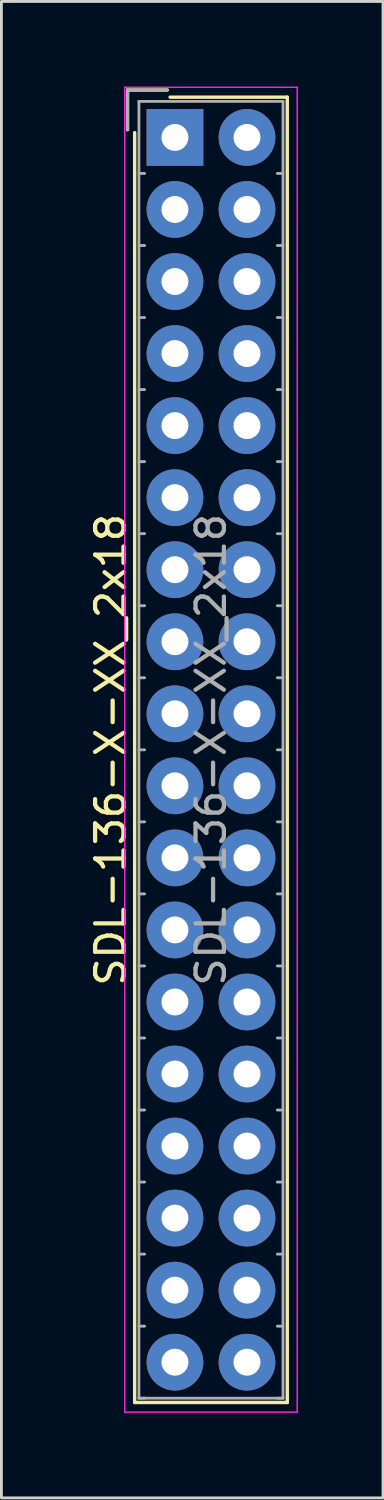
<source format=kicad_pcb>
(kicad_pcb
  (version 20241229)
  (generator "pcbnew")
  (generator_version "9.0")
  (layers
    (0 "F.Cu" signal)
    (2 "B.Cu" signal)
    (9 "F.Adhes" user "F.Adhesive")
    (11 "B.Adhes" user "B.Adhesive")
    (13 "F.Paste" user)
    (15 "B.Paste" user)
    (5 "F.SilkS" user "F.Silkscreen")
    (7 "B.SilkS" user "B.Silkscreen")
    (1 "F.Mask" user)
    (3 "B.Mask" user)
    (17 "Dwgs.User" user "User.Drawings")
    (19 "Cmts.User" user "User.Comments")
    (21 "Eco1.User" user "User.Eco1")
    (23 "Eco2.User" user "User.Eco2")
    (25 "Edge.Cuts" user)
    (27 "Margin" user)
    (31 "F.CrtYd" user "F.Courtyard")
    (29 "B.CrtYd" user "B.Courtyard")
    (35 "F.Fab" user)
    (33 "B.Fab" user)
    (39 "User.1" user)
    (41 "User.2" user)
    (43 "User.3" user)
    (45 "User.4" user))
  (footprint "SDL-136-X-XX_2x18"
    (layer "F.Cu")
    (at 3.118 1.795)
    (property "Reference" "SDL-136-X-XX_2x18" (at -2.27 21.59 90) (layer "F.SilkS") (effects (font (size 1 1) (thickness 0.15))))
    (attr through_hole)
    (fp_line (start -1.67 -1.67) (end -1.67 -0.27) (stroke (width 0.12) (type solid)) (layer "F.SilkS"))
    (fp_line (start -1.42 44.6) (end -1.42 -0.17) (stroke (width 0.12) (type solid)) (layer "F.SilkS"))
    (fp_line (start -0.27 -1.67) (end -1.67 -1.67) (stroke (width 0.12) (type solid)) (layer "F.SilkS"))
    (fp_line (start -0.17 -1.42) (end 3.96 -1.42) (stroke (width 0.12) (type solid)) (layer "F.SilkS"))
    (fp_line (start 3.96 -1.42) (end 3.96 44.6) (stroke (width 0.12) (type solid)) (layer "F.SilkS"))
    (fp_line (start 3.96 44.6) (end -1.42 44.6) (stroke (width 0.12) (type solid)) (layer "F.SilkS"))
    (fp_line (start -1.77 -1.77) (end -1.77 44.94) (stroke (width 0.05) (type solid)) (layer "F.CrtYd"))
    (fp_line (start -1.77 44.94) (end 4.31 44.94) (stroke (width 0.05) (type solid)) (layer "F.CrtYd"))
    (fp_line (start 4.31 -1.77) (end -1.77 -1.77) (stroke (width 0.05) (type solid)) (layer "F.CrtYd"))
    (fp_line (start 4.31 44.94) (end 4.31 -1.77) (stroke (width 0.05) (type solid)) (layer "F.CrtYd"))
    (fp_line (start -1.67 -1.67) (end -1.67 -0.27) (stroke (width 0.1) (type solid)) (layer "F.Fab"))
    (fp_line (start -1.27 -1.27) (end -1.27 44.45) (stroke (width 0.1) (type solid)) (layer "F.Fab"))
    (fp_line (start -1.27 1.27) (end -1.07 1.27) (stroke (width 0.1) (type solid)) (layer "F.Fab"))
    (fp_line (start -1.27 3.81) (end -1.07 3.81) (stroke (width 0.1) (type solid)) (layer "F.Fab"))
    (fp_line (start -1.27 6.35) (end -1.07 6.35) (stroke (width 0.1) (type solid)) (layer "F.Fab"))
    (fp_line (start -1.27 8.89) (end -1.07 8.89) (stroke (width 0.1) (type solid)) (layer "F.Fab"))
    (fp_line (start -1.27 11.43) (end -1.07 11.43) (stroke (width 0.1) (type solid)) (layer "F.Fab"))
    (fp_line (start -1.27 13.97) (end -1.07 13.97) (stroke (width 0.1) (type solid)) (layer "F.Fab"))
    (fp_line (start -1.27 16.51) (end -1.07 16.51) (stroke (width 0.1) (type solid)) (layer "F.Fab"))
    (fp_line (start -1.27 19.05) (end -1.07 19.05) (stroke (width 0.1) (type solid)) (layer "F.Fab"))
    (fp_line (start -1.27 21.59) (end -1.07 21.59) (stroke (width 0.1) (type solid)) (layer "F.Fab"))
    (fp_line (start -1.27 24.13) (end -1.07 24.13) (stroke (width 0.1) (type solid)) (layer "F.Fab"))
    (fp_line (start -1.27 26.67) (end -1.07 26.67) (stroke (width 0.1) (type solid)) (layer "F.Fab"))
    (fp_line (start -1.27 29.21) (end -1.07 29.21) (stroke (width 0.1) (type solid)) (layer "F.Fab"))
    (fp_line (start -1.27 31.75) (end -1.07 31.75) (stroke (width 0.1) (type solid)) (layer "F.Fab"))
    (fp_line (start -1.27 34.29) (end -1.07 34.29) (stroke (width 0.1) (type solid)) (layer "F.Fab"))
    (fp_line (start -1.27 36.83) (end -1.07 36.83) (stroke (width 0.1) (type solid)) (layer "F.Fab"))
    (fp_line (start -1.27 39.37) (end -1.07 39.37) (stroke (width 0.1) (type solid)) (layer "F.Fab"))
    (fp_line (start -1.27 41.91) (end -1.07 41.91) (stroke (width 0.1) (type solid)) (layer "F.Fab"))
    (fp_line (start -1.27 44.45) (end -1.07 44.45) (stroke (width 0.1) (type solid)) (layer "F.Fab"))
    (fp_line (start -1.27 44.45) (end 3.81 44.45) (stroke (width 0.1) (type solid)) (layer "F.Fab"))
    (fp_line (start -0.27 -1.67) (end -1.67 -1.67) (stroke (width 0.1) (type solid)) (layer "F.Fab"))
    (fp_line (start 3.81 -1.27) (end -1.27 -1.27) (stroke (width 0.1) (type solid)) (layer "F.Fab"))
    (fp_line (start 3.81 1.27) (end 3.61 1.27) (stroke (width 0.1) (type solid)) (layer "F.Fab"))
    (fp_line (start 3.81 3.81) (end 3.61 3.81) (stroke (width 0.1) (type solid)) (layer "F.Fab"))
    (fp_line (start 3.81 6.35) (end 3.61 6.35) (stroke (width 0.1) (type solid)) (layer "F.Fab"))
    (fp_line (start 3.81 8.89) (end 3.61 8.89) (stroke (width 0.1) (type solid)) (layer "F.Fab"))
    (fp_line (start 3.81 11.43) (end 3.61 11.43) (stroke (width 0.1) (type solid)) (layer "F.Fab"))
    (fp_line (start 3.81 13.97) (end 3.61 13.97) (stroke (width 0.1) (type solid)) (layer "F.Fab"))
    (fp_line (start 3.81 16.51) (end 3.61 16.51) (stroke (width 0.1) (type solid)) (layer "F.Fab"))
    (fp_line (start 3.81 19.05) (end 3.61 19.05) (stroke (width 0.1) (type solid)) (layer "F.Fab"))
    (fp_line (start 3.81 21.59) (end 3.61 21.59) (stroke (width 0.1) (type solid)) (layer "F.Fab"))
    (fp_line (start 3.81 24.13) (end 3.61 24.13) (stroke (width 0.1) (type solid)) (layer "F.Fab"))
    (fp_line (start 3.81 26.67) (end 3.61 26.67) (stroke (width 0.1) (type solid)) (layer "F.Fab"))
    (fp_line (start 3.81 29.21) (end 3.61 29.21) (stroke (width 0.1) (type solid)) (layer "F.Fab"))
    (fp_line (start 3.81 31.75) (end 3.61 31.75) (stroke (width 0.1) (type solid)) (layer "F.Fab"))
    (fp_line (start 3.81 34.29) (end 3.61 34.29) (stroke (width 0.1) (type solid)) (layer "F.Fab"))
    (fp_line (start 3.81 36.83) (end 3.61 36.83) (stroke (width 0.1) (type solid)) (layer "F.Fab"))
    (fp_line (start 3.81 39.37) (end 3.61 39.37) (stroke (width 0.1) (type solid)) (layer "F.Fab"))
    (fp_line (start 3.81 41.91) (end 3.61 41.91) (stroke (width 0.1) (type solid)) (layer "F.Fab"))
    (fp_line (start 3.81 44.45) (end 3.61 44.45) (stroke (width 0.1) (type solid)) (layer "F.Fab"))
    (fp_line (start 3.81 44.45) (end 3.81 -1.27) (stroke (width 0.1) (type solid)) (layer "F.Fab"))
    (fp_text user "${REFERENCE}" (at 1.27 21.59 90) (layer "F.Fab") (effects (font (size 1 1) (thickness 0.15))))
    (pad "1" thru_hole rect (at 0 0) (size 2 2) (drill 0.95) (layers "*.Cu" "*.Mask"))
    (pad "2" thru_hole circle (at 2.54 0) (size 2 2) (drill 0.95) (layers "*.Cu" "*.Mask"))
    (pad "3" thru_hole circle (at 0 2.54) (size 2 2) (drill 0.95) (layers "*.Cu" "*.Mask"))
    (pad "4" thru_hole circle (at 2.54 2.54) (size 2 2) (drill 0.95) (layers "*.Cu" "*.Mask"))
    (pad "5" thru_hole circle (at 0 5.08) (size 2 2) (drill 0.95) (layers "*.Cu" "*.Mask"))
    (pad "6" thru_hole circle (at 2.54 5.08) (size 2 2) (drill 0.95) (layers "*.Cu" "*.Mask"))
    (pad "7" thru_hole circle (at 0 7.62) (size 2 2) (drill 0.95) (layers "*.Cu" "*.Mask"))
    (pad "8" thru_hole circle (at 2.54 7.62) (size 2 2) (drill 0.95) (layers "*.Cu" "*.Mask"))
    (pad "9" thru_hole circle (at 0 10.16) (size 2 2) (drill 0.95) (layers "*.Cu" "*.Mask"))
    (pad "10" thru_hole circle (at 2.54 10.16) (size 2 2) (drill 0.95) (layers "*.Cu" "*.Mask"))
    (pad "11" thru_hole circle (at 0 12.7) (size 2 2) (drill 0.95) (layers "*.Cu" "*.Mask"))
    (pad "12" thru_hole circle (at 2.54 12.7) (size 2 2) (drill 0.95) (layers "*.Cu" "*.Mask"))
    (pad "13" thru_hole circle (at 0 15.24) (size 2 2) (drill 0.95) (layers "*.Cu" "*.Mask"))
    (pad "14" thru_hole circle (at 2.54 15.24) (size 2 2) (drill 0.95) (layers "*.Cu" "*.Mask"))
    (pad "15" thru_hole circle (at 0 17.78) (size 2 2) (drill 0.95) (layers "*.Cu" "*.Mask"))
    (pad "16" thru_hole circle (at 2.54 17.78) (size 2 2) (drill 0.95) (layers "*.Cu" "*.Mask"))
    (pad "17" thru_hole circle (at 0 20.32) (size 2 2) (drill 0.95) (layers "*.Cu" "*.Mask"))
    (pad "18" thru_hole circle (at 2.54 20.32) (size 2 2) (drill 0.95) (layers "*.Cu" "*.Mask"))
    (pad "19" thru_hole circle (at 0 22.86) (size 2 2) (drill 0.95) (layers "*.Cu" "*.Mask"))
    (pad "20" thru_hole circle (at 2.54 22.86) (size 2 2) (drill 0.95) (layers "*.Cu" "*.Mask"))
    (pad "21" thru_hole circle (at 0 25.4) (size 2 2) (drill 0.95) (layers "*.Cu" "*.Mask"))
    (pad "22" thru_hole circle (at 2.54 25.4) (size 2 2) (drill 0.95) (layers "*.Cu" "*.Mask"))
    (pad "23" thru_hole circle (at 0 27.94) (size 2 2) (drill 0.95) (layers "*.Cu" "*.Mask"))
    (pad "24" thru_hole circle (at 2.54 27.94) (size 2 2) (drill 0.95) (layers "*.Cu" "*.Mask"))
    (pad "25" thru_hole circle (at 0 30.48) (size 2 2) (drill 0.95) (layers "*.Cu" "*.Mask"))
    (pad "26" thru_hole circle (at 2.54 30.48) (size 2 2) (drill 0.95) (layers "*.Cu" "*.Mask"))
    (pad "27" thru_hole circle (at 0 33.02) (size 2 2) (drill 0.95) (layers "*.Cu" "*.Mask"))
    (pad "28" thru_hole circle (at 2.54 33.02) (size 2 2) (drill 0.95) (layers "*.Cu" "*.Mask"))
    (pad "29" thru_hole circle (at 0 35.56) (size 2 2) (drill 0.95) (layers "*.Cu" "*.Mask"))
    (pad "30" thru_hole circle (at 2.54 35.56) (size 2 2) (drill 0.95) (layers "*.Cu" "*.Mask"))
    (pad "31" thru_hole circle (at 0 38.1) (size 2 2) (drill 0.95) (layers "*.Cu" "*.Mask"))
    (pad "32" thru_hole circle (at 2.54 38.1) (size 2 2) (drill 0.95) (layers "*.Cu" "*.Mask"))
    (pad "33" thru_hole circle (at 0 40.64) (size 2 2) (drill 0.95) (layers "*.Cu" "*.Mask"))
    (pad "34" thru_hole circle (at 2.54 40.64) (size 2 2) (drill 0.95) (layers "*.Cu" "*.Mask"))
    (pad "35" thru_hole circle (at 0 43.18) (size 2 2) (drill 0.95) (layers "*.Cu" "*.Mask"))
    (pad "36" thru_hole circle (at 2.54 43.18) (size 2 2) (drill 0.95) (layers "*.Cu" "*.Mask")))
  (gr_rect
    (start -3 -3)
    (end 10.453 49.76)
    (stroke (width 0.1) (type default))
    (fill no)
    (layer "Edge.Cuts")))
</source>
